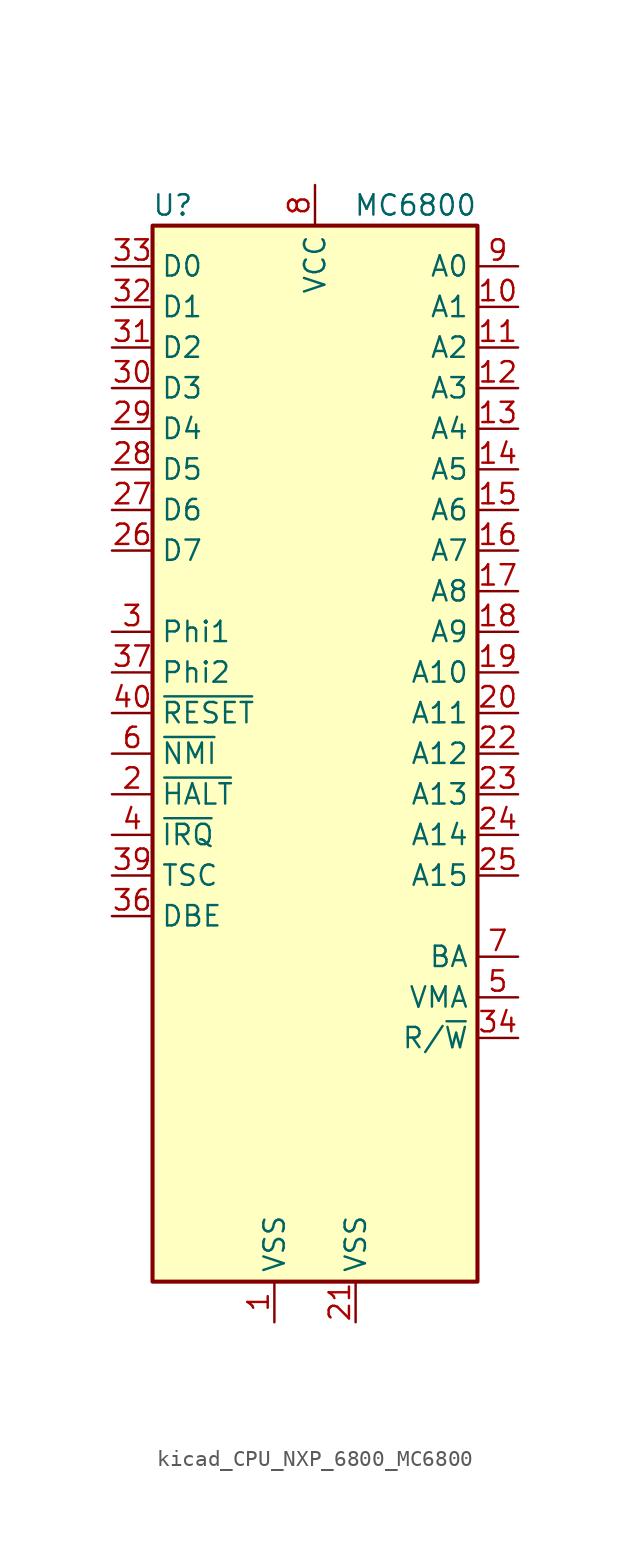
<source format=kicad_sym>
(kicad_symbol_lib
  (version 20220914)
  (generator kicad_symbol_editor)
  (symbol "kicad_CPU_NXP_6800_MC6800"
    (property "Reference" "U"
      (at -8.89 34.29 0)
      (effects (font (size 1.27 1.27))))
    (property "Value" "MC6800"
      (at 10.16 34.29 0)
      (effects (font (size 1.27 1.27)) (justify right)))
    (symbol "kicad_CPU_NXP_6800_MC6800_0_1"
      (rectangle (start -10.16 -33.02) (end 10.16 33.02) (stroke (width 0.254) (type default)) (fill (type background))))
    (symbol "kicad_CPU_NXP_6800_MC6800_1_1"
      (pin power_in line (at -2.54 -35.56 90) (length 2.54) (name "VSS" (effects (font (size 1.27 1.27)))) (number "1" (effects (font (size 1.27 1.27)))))
      (pin output line (at 12.7 27.94 180) (length 2.54) (name "A1" (effects (font (size 1.27 1.27)))) (number "10" (effects (font (size 1.27 1.27)))))
      (pin output line (at 12.7 25.4 180) (length 2.54) (name "A2" (effects (font (size 1.27 1.27)))) (number "11" (effects (font (size 1.27 1.27)))))
      (pin output line (at 12.7 22.86 180) (length 2.54) (name "A3" (effects (font (size 1.27 1.27)))) (number "12" (effects (font (size 1.27 1.27)))))
      (pin output line (at 12.7 20.32 180) (length 2.54) (name "A4" (effects (font (size 1.27 1.27)))) (number "13" (effects (font (size 1.27 1.27)))))
      (pin output line (at 12.7 17.78 180) (length 2.54) (name "A5" (effects (font (size 1.27 1.27)))) (number "14" (effects (font (size 1.27 1.27)))))
      (pin output line (at 12.7 15.24 180) (length 2.54) (name "A6" (effects (font (size 1.27 1.27)))) (number "15" (effects (font (size 1.27 1.27)))))
      (pin output line (at 12.7 12.7 180) (length 2.54) (name "A7" (effects (font (size 1.27 1.27)))) (number "16" (effects (font (size 1.27 1.27)))))
      (pin output line (at 12.7 10.16 180) (length 2.54) (name "A8" (effects (font (size 1.27 1.27)))) (number "17" (effects (font (size 1.27 1.27)))))
      (pin output line (at 12.7 7.62 180) (length 2.54) (name "A9" (effects (font (size 1.27 1.27)))) (number "18" (effects (font (size 1.27 1.27)))))
      (pin output line (at 12.7 5.08 180) (length 2.54) (name "A10" (effects (font (size 1.27 1.27)))) (number "19" (effects (font (size 1.27 1.27)))))
      (pin input line (at -12.7 -2.54 0) (length 2.54) (name "~{HALT}" (effects (font (size 1.27 1.27)))) (number "2" (effects (font (size 1.27 1.27)))))
      (pin output line (at 12.7 2.54 180) (length 2.54) (name "A11" (effects (font (size 1.27 1.27)))) (number "20" (effects (font (size 1.27 1.27)))))
      (pin power_in line (at 2.54 -35.56 90) (length 2.54) (name "VSS" (effects (font (size 1.27 1.27)))) (number "21" (effects (font (size 1.27 1.27)))))
      (pin output line (at 12.7 0 180) (length 2.54) (name "A12" (effects (font (size 1.27 1.27)))) (number "22" (effects (font (size 1.27 1.27)))))
      (pin output line (at 12.7 -2.54 180) (length 2.54) (name "A13" (effects (font (size 1.27 1.27)))) (number "23" (effects (font (size 1.27 1.27)))))
      (pin output line (at 12.7 -5.08 180) (length 2.54) (name "A14" (effects (font (size 1.27 1.27)))) (number "24" (effects (font (size 1.27 1.27)))))
      (pin output line (at 12.7 -7.62 180) (length 2.54) (name "A15" (effects (font (size 1.27 1.27)))) (number "25" (effects (font (size 1.27 1.27)))))
      (pin bidirectional line (at -12.7 12.7 0) (length 2.54) (name "D7" (effects (font (size 1.27 1.27)))) (number "26" (effects (font (size 1.27 1.27)))))
      (pin bidirectional line (at -12.7 15.24 0) (length 2.54) (name "D6" (effects (font (size 1.27 1.27)))) (number "27" (effects (font (size 1.27 1.27)))))
      (pin bidirectional line (at -12.7 17.78 0) (length 2.54) (name "D5" (effects (font (size 1.27 1.27)))) (number "28" (effects (font (size 1.27 1.27)))))
      (pin bidirectional line (at -12.7 20.32 0) (length 2.54) (name "D4" (effects (font (size 1.27 1.27)))) (number "29" (effects (font (size 1.27 1.27)))))
      (pin input line (at -12.7 7.62 0) (length 2.54) (name "Phi1" (effects (font (size 1.27 1.27)))) (number "3" (effects (font (size 1.27 1.27)))))
      (pin bidirectional line (at -12.7 22.86 0) (length 2.54) (name "D3" (effects (font (size 1.27 1.27)))) (number "30" (effects (font (size 1.27 1.27)))))
      (pin bidirectional line (at -12.7 25.4 0) (length 2.54) (name "D2" (effects (font (size 1.27 1.27)))) (number "31" (effects (font (size 1.27 1.27)))))
      (pin bidirectional line (at -12.7 27.94 0) (length 2.54) (name "D1" (effects (font (size 1.27 1.27)))) (number "32" (effects (font (size 1.27 1.27)))))
      (pin bidirectional line (at -12.7 30.48 0) (length 2.54) (name "D0" (effects (font (size 1.27 1.27)))) (number "33" (effects (font (size 1.27 1.27)))))
      (pin output line (at 12.7 -17.78 180) (length 2.54) (name "R/~{W}" (effects (font (size 1.27 1.27)))) (number "34" (effects (font (size 1.27 1.27)))))
      (pin no_connect line (at -10.16 -25.4 0) (length 2.54) hide (name "N.C." (effects (font (size 1.27 1.27)))) (number "35" (effects (font (size 1.27 1.27)))))
      (pin input line (at -12.7 -10.16 0) (length 2.54) (name "DBE" (effects (font (size 1.27 1.27)))) (number "36" (effects (font (size 1.27 1.27)))))
      (pin input line (at -12.7 5.08 0) (length 2.54) (name "Phi2" (effects (font (size 1.27 1.27)))) (number "37" (effects (font (size 1.27 1.27)))))
      (pin no_connect line (at -10.16 -22.86 0) (length 2.54) hide (name "N.C." (effects (font (size 1.27 1.27)))) (number "38" (effects (font (size 1.27 1.27)))))
      (pin input line (at -12.7 -7.62 0) (length 2.54) (name "TSC" (effects (font (size 1.27 1.27)))) (number "39" (effects (font (size 1.27 1.27)))))
      (pin input line (at -12.7 -5.08 0) (length 2.54) (name "~{IRQ}" (effects (font (size 1.27 1.27)))) (number "4" (effects (font (size 1.27 1.27)))))
      (pin input line (at -12.7 2.54 0) (length 2.54) (name "~{RESET}" (effects (font (size 1.27 1.27)))) (number "40" (effects (font (size 1.27 1.27)))))
      (pin output line (at 12.7 -15.24 180) (length 2.54) (name "VMA" (effects (font (size 1.27 1.27)))) (number "5" (effects (font (size 1.27 1.27)))))
      (pin input line (at -12.7 0 0) (length 2.54) (name "~{NMI}" (effects (font (size 1.27 1.27)))) (number "6" (effects (font (size 1.27 1.27)))))
      (pin output line (at 12.7 -12.7 180) (length 2.54) (name "BA" (effects (font (size 1.27 1.27)))) (number "7" (effects (font (size 1.27 1.27)))))
      (pin power_in line (at 0 35.56 270) (length 2.54) (name "VCC" (effects (font (size 1.27 1.27)))) (number "8" (effects (font (size 1.27 1.27)))))
      (pin output line (at 12.7 30.48 180) (length 2.54) (name "A0" (effects (font (size 1.27 1.27)))) (number "9" (effects (font (size 1.27 1.27))))))))
</source>
